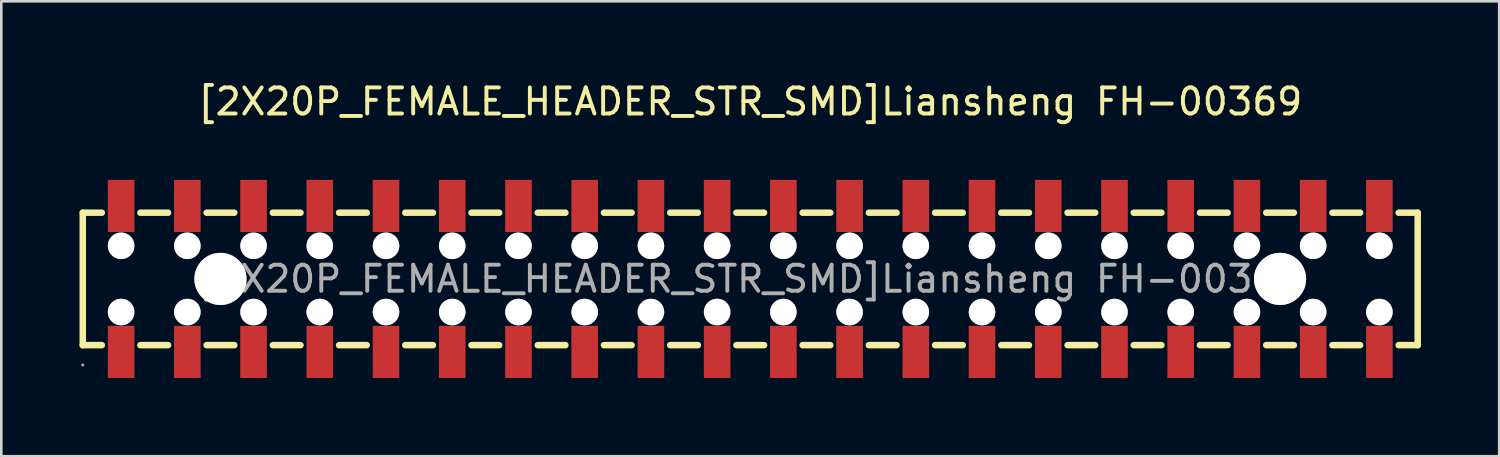
<source format=kicad_pcb>
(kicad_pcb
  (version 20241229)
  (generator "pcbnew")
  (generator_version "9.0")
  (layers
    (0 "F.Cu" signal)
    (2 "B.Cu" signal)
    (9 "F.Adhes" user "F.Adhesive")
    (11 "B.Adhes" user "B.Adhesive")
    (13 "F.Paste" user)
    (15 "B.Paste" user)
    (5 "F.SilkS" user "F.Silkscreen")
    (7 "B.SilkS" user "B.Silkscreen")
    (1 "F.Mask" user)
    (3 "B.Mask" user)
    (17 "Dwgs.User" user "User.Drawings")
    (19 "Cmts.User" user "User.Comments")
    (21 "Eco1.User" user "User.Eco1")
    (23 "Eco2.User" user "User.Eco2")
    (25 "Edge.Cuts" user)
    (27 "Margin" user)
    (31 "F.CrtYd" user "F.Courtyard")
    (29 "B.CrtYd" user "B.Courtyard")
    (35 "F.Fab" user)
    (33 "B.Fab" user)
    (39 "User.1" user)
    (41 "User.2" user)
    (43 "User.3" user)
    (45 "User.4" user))
  (footprint "[2X20P_FEMALE_HEADER_STR_SMD]Liansheng FH-00369"
    (layer "F.Cu")
    (at 25.725 7.648)
    (property "Reference" "[2X20P_FEMALE_HEADER_STR_SMD]Liansheng FH-00369" (at 0 -6.8 0) (layer "F.SilkS") (effects (font (size 1 1) (thickness 0.15))))
    (attr smd)
    (fp_line (start -25.6 -2.54) (end -25.6 2.54) (stroke (width 0.25) (type solid)) (layer "F.SilkS"))
    (fp_line (start -25.6 -2.54) (end -24.87 -2.54) (stroke (width 0.25) (type solid)) (layer "F.SilkS"))
    (fp_line (start -25.6 2.54) (end -24.87 2.54) (stroke (width 0.25) (type solid)) (layer "F.SilkS"))
    (fp_line (start -23.39 -2.54) (end -22.33 -2.54) (stroke (width 0.25) (type solid)) (layer "F.SilkS"))
    (fp_line (start -23.39 2.54) (end -22.33 2.54) (stroke (width 0.25) (type solid)) (layer "F.SilkS"))
    (fp_line (start -20.85 -2.54) (end -19.79 -2.54) (stroke (width 0.25) (type solid)) (layer "F.SilkS"))
    (fp_line (start -20.85 2.54) (end -19.79 2.54) (stroke (width 0.25) (type solid)) (layer "F.SilkS"))
    (fp_line (start -18.31 -2.54) (end -17.25 -2.54) (stroke (width 0.25) (type solid)) (layer "F.SilkS"))
    (fp_line (start -18.31 2.54) (end -17.25 2.54) (stroke (width 0.25) (type solid)) (layer "F.SilkS"))
    (fp_line (start -15.77 -2.54) (end -14.71 -2.54) (stroke (width 0.25) (type solid)) (layer "F.SilkS"))
    (fp_line (start -15.77 2.54) (end -14.71 2.54) (stroke (width 0.25) (type solid)) (layer "F.SilkS"))
    (fp_line (start -13.23 -2.54) (end -12.17 -2.54) (stroke (width 0.25) (type solid)) (layer "F.SilkS"))
    (fp_line (start -13.23 2.54) (end -12.17 2.54) (stroke (width 0.25) (type solid)) (layer "F.SilkS"))
    (fp_line (start -10.69 -2.54) (end -9.63 -2.54) (stroke (width 0.25) (type solid)) (layer "F.SilkS"))
    (fp_line (start -10.69 2.54) (end -9.63 2.54) (stroke (width 0.25) (type solid)) (layer "F.SilkS"))
    (fp_line (start -8.15 -2.54) (end -7.09 -2.54) (stroke (width 0.25) (type solid)) (layer "F.SilkS"))
    (fp_line (start -8.15 2.54) (end -7.09 2.54) (stroke (width 0.25) (type solid)) (layer "F.SilkS"))
    (fp_line (start -5.61 -2.54) (end -4.55 -2.54) (stroke (width 0.25) (type solid)) (layer "F.SilkS"))
    (fp_line (start -5.61 2.54) (end -4.55 2.54) (stroke (width 0.25) (type solid)) (layer "F.SilkS"))
    (fp_line (start -3.07 -2.54) (end -2.01 -2.54) (stroke (width 0.25) (type solid)) (layer "F.SilkS"))
    (fp_line (start -3.07 2.54) (end -2.01 2.54) (stroke (width 0.25) (type solid)) (layer "F.SilkS"))
    (fp_line (start -0.53 -2.54) (end 0.53 -2.54) (stroke (width 0.25) (type solid)) (layer "F.SilkS"))
    (fp_line (start -0.53 2.54) (end 0.53 2.54) (stroke (width 0.25) (type solid)) (layer "F.SilkS"))
    (fp_line (start 2.01 -2.54) (end 3.07 -2.54) (stroke (width 0.25) (type solid)) (layer "F.SilkS"))
    (fp_line (start 2.01 2.54) (end 3.07 2.54) (stroke (width 0.25) (type solid)) (layer "F.SilkS"))
    (fp_line (start 4.55 -2.54) (end 5.61 -2.54) (stroke (width 0.25) (type solid)) (layer "F.SilkS"))
    (fp_line (start 4.55 2.54) (end 5.61 2.54) (stroke (width 0.25) (type solid)) (layer "F.SilkS"))
    (fp_line (start 7.09 -2.54) (end 8.15 -2.54) (stroke (width 0.25) (type solid)) (layer "F.SilkS"))
    (fp_line (start 7.09 2.54) (end 8.15 2.54) (stroke (width 0.25) (type solid)) (layer "F.SilkS"))
    (fp_line (start 9.63 -2.54) (end 10.69 -2.54) (stroke (width 0.25) (type solid)) (layer "F.SilkS"))
    (fp_line (start 9.63 2.54) (end 10.69 2.54) (stroke (width 0.25) (type solid)) (layer "F.SilkS"))
    (fp_line (start 12.17 -2.54) (end 13.23 -2.54) (stroke (width 0.25) (type solid)) (layer "F.SilkS"))
    (fp_line (start 12.17 2.54) (end 13.23 2.54) (stroke (width 0.25) (type solid)) (layer "F.SilkS"))
    (fp_line (start 14.71 -2.54) (end 15.77 -2.54) (stroke (width 0.25) (type solid)) (layer "F.SilkS"))
    (fp_line (start 14.71 2.54) (end 15.77 2.54) (stroke (width 0.25) (type solid)) (layer "F.SilkS"))
    (fp_line (start 17.25 -2.54) (end 18.31 -2.54) (stroke (width 0.25) (type solid)) (layer "F.SilkS"))
    (fp_line (start 17.25 2.54) (end 18.31 2.54) (stroke (width 0.25) (type solid)) (layer "F.SilkS"))
    (fp_line (start 19.79 -2.54) (end 20.85 -2.54) (stroke (width 0.25) (type solid)) (layer "F.SilkS"))
    (fp_line (start 19.79 2.54) (end 20.85 2.54) (stroke (width 0.25) (type solid)) (layer "F.SilkS"))
    (fp_line (start 22.33 -2.54) (end 23.39 -2.54) (stroke (width 0.25) (type solid)) (layer "F.SilkS"))
    (fp_line (start 22.33 2.54) (end 23.39 2.54) (stroke (width 0.25) (type solid)) (layer "F.SilkS"))
    (fp_line (start 24.87 -2.54) (end 25.6 -2.54) (stroke (width 0.25) (type solid)) (layer "F.SilkS"))
    (fp_line (start 24.87 2.54) (end 25.6 2.54) (stroke (width 0.25) (type solid)) (layer "F.SilkS"))
    (fp_line (start 25.6 -2.54) (end 25.6 2.54) (stroke (width 0.25) (type solid)) (layer "F.SilkS"))
    (fp_circle (center -20.32 0) (end -19.92 0) (stroke (width 0.8) (type solid)) (fill no) (layer "Cmts.User"))
    (fp_circle (center 20.32 0) (end 20.72 0) (stroke (width 0.8) (type solid)) (fill no) (layer "Cmts.User"))
    (fp_circle (center -25.6 3.3) (end -25.57 3.3) (stroke (width 0.06) (type solid)) (fill no) (layer "F.Fab"))
    (fp_text user "${REFERENCE}" (at 0 0 0) (layer "F.Fab") (effects (font (size 1 1) (thickness 0.15))))
    (pad "" thru_hole circle (at -24.13 -1.27) (size 1.02 1.02) (drill 1.02) (layers "*.Cu" "*.Mask"))
    (pad "" thru_hole circle (at -24.13 1.27) (size 1.02 1.02) (drill 1.02) (layers "*.Cu" "*.Mask"))
    (pad "" thru_hole circle (at -21.59 -1.27) (size 1.02 1.02) (drill 1.02) (layers "*.Cu" "*.Mask"))
    (pad "" thru_hole circle (at -21.59 1.27) (size 1.02 1.02) (drill 1.02) (layers "*.Cu" "*.Mask"))
    (pad "" thru_hole circle (at -20.32 0) (size 2 2) (drill 2) (layers "*.Cu" "*.Mask"))
    (pad "" thru_hole circle (at -19.05 -1.27) (size 1.02 1.02) (drill 1.02) (layers "*.Cu" "*.Mask"))
    (pad "" thru_hole circle (at -19.05 1.27) (size 1.02 1.02) (drill 1.02) (layers "*.Cu" "*.Mask"))
    (pad "" thru_hole circle (at -16.51 -1.27) (size 1.02 1.02) (drill 1.02) (layers "*.Cu" "*.Mask"))
    (pad "" thru_hole circle (at -16.51 1.27) (size 1.02 1.02) (drill 1.02) (layers "*.Cu" "*.Mask"))
    (pad "" thru_hole circle (at -13.97 -1.27) (size 1.02 1.02) (drill 1.02) (layers "*.Cu" "*.Mask"))
    (pad "" thru_hole circle (at -13.97 1.27) (size 1.02 1.02) (drill 1.02) (layers "*.Cu" "*.Mask"))
    (pad "" thru_hole circle (at -11.43 -1.27) (size 1.02 1.02) (drill 1.02) (layers "*.Cu" "*.Mask"))
    (pad "" thru_hole circle (at -11.43 1.27) (size 1.02 1.02) (drill 1.02) (layers "*.Cu" "*.Mask"))
    (pad "" thru_hole circle (at -8.89 -1.27) (size 1.02 1.02) (drill 1.02) (layers "*.Cu" "*.Mask"))
    (pad "" thru_hole circle (at -8.89 1.27) (size 1.02 1.02) (drill 1.02) (layers "*.Cu" "*.Mask"))
    (pad "" thru_hole circle (at -6.35 -1.27) (size 1.02 1.02) (drill 1.02) (layers "*.Cu" "*.Mask"))
    (pad "" thru_hole circle (at -6.35 1.27) (size 1.02 1.02) (drill 1.02) (layers "*.Cu" "*.Mask"))
    (pad "" thru_hole circle (at -3.81 -1.27) (size 1.02 1.02) (drill 1.02) (layers "*.Cu" "*.Mask"))
    (pad "" thru_hole circle (at -3.81 1.27) (size 1.02 1.02) (drill 1.02) (layers "*.Cu" "*.Mask"))
    (pad "" thru_hole circle (at -1.27 -1.27) (size 1.02 1.02) (drill 1.02) (layers "*.Cu" "*.Mask"))
    (pad "" thru_hole circle (at -1.27 1.27) (size 1.02 1.02) (drill 1.02) (layers "*.Cu" "*.Mask"))
    (pad "" thru_hole circle (at 1.27 -1.27) (size 1.02 1.02) (drill 1.02) (layers "*.Cu" "*.Mask"))
    (pad "" thru_hole circle (at 1.27 1.27) (size 1.02 1.02) (drill 1.02) (layers "*.Cu" "*.Mask"))
    (pad "" thru_hole circle (at 3.81 -1.27) (size 1.02 1.02) (drill 1.02) (layers "*.Cu" "*.Mask"))
    (pad "" thru_hole circle (at 3.81 1.27) (size 1.02 1.02) (drill 1.02) (layers "*.Cu" "*.Mask"))
    (pad "" thru_hole circle (at 6.35 -1.27) (size 1.02 1.02) (drill 1.02) (layers "*.Cu" "*.Mask"))
    (pad "" thru_hole circle (at 6.35 1.27) (size 1.02 1.02) (drill 1.02) (layers "*.Cu" "*.Mask"))
    (pad "" thru_hole circle (at 8.89 -1.27) (size 1.02 1.02) (drill 1.02) (layers "*.Cu" "*.Mask"))
    (pad "" thru_hole circle (at 8.89 1.27) (size 1.02 1.02) (drill 1.02) (layers "*.Cu" "*.Mask"))
    (pad "" thru_hole circle (at 11.43 -1.27) (size 1.02 1.02) (drill 1.02) (layers "*.Cu" "*.Mask"))
    (pad "" thru_hole circle (at 11.43 1.27) (size 1.02 1.02) (drill 1.02) (layers "*.Cu" "*.Mask"))
    (pad "" thru_hole circle (at 13.97 -1.27) (size 1.02 1.02) (drill 1.02) (layers "*.Cu" "*.Mask"))
    (pad "" thru_hole circle (at 13.97 1.27) (size 1.02 1.02) (drill 1.02) (layers "*.Cu" "*.Mask"))
    (pad "" thru_hole circle (at 16.51 -1.27) (size 1.02 1.02) (drill 1.02) (layers "*.Cu" "*.Mask"))
    (pad "" thru_hole circle (at 16.51 1.27) (size 1.02 1.02) (drill 1.02) (layers "*.Cu" "*.Mask"))
    (pad "" thru_hole circle (at 19.05 -1.27) (size 1.02 1.02) (drill 1.02) (layers "*.Cu" "*.Mask"))
    (pad "" thru_hole circle (at 19.05 1.27) (size 1.02 1.02) (drill 1.02) (layers "*.Cu" "*.Mask"))
    (pad "" thru_hole circle (at 20.32 0) (size 2 2) (drill 2) (layers "*.Cu" "*.Mask"))
    (pad "" thru_hole circle (at 21.59 -1.27) (size 1.02 1.02) (drill 1.02) (layers "*.Cu" "*.Mask"))
    (pad "" thru_hole circle (at 21.59 1.27) (size 1.02 1.02) (drill 1.02) (layers "*.Cu" "*.Mask"))
    (pad "" thru_hole circle (at 24.13 -1.27) (size 1.02 1.02) (drill 1.02) (layers "*.Cu" "*.Mask"))
    (pad "" thru_hole circle (at 24.13 1.27) (size 1.02 1.02) (drill 1.02) (layers "*.Cu" "*.Mask"))
    (pad "1" smd rect (at -24.13 2.8) (size 1.02 2) (layers "F.Cu" "F.Mask" "F.Paste"))
    (pad "2" smd rect (at -24.13 -2.8) (size 1.02 2) (layers "F.Cu" "F.Mask" "F.Paste"))
    (pad "3" smd rect (at -21.59 2.8) (size 1.02 2) (layers "F.Cu" "F.Mask" "F.Paste"))
    (pad "4" smd rect (at -21.59 -2.8) (size 1.02 2) (layers "F.Cu" "F.Mask" "F.Paste"))
    (pad "5" smd rect (at -19.05 2.8 180) (size 1.02 2) (layers "F.Cu" "F.Mask" "F.Paste"))
    (pad "6" smd rect (at -19.05 -2.8 180) (size 1.02 2) (layers "F.Cu" "F.Mask" "F.Paste"))
    (pad "7" smd rect (at -16.51 2.8 180) (size 1.02 2) (layers "F.Cu" "F.Mask" "F.Paste"))
    (pad "8" smd rect (at -16.51 -2.8 180) (size 1.02 2) (layers "F.Cu" "F.Mask" "F.Paste"))
    (pad "9" smd rect (at -13.97 2.8 180) (size 1.02 2) (layers "F.Cu" "F.Mask" "F.Paste"))
    (pad "10" smd rect (at -13.97 -2.8 180) (size 1.02 2) (layers "F.Cu" "F.Mask" "F.Paste"))
    (pad "11" smd rect (at -11.43 2.8 180) (size 1.02 2) (layers "F.Cu" "F.Mask" "F.Paste"))
    (pad "12" smd rect (at -11.43 -2.8 180) (size 1.02 2) (layers "F.Cu" "F.Mask" "F.Paste"))
    (pad "13" smd rect (at -8.89 2.8 180) (size 1.02 2) (layers "F.Cu" "F.Mask" "F.Paste"))
    (pad "14" smd rect (at -8.89 -2.8 180) (size 1.02 2) (layers "F.Cu" "F.Mask" "F.Paste"))
    (pad "15" smd rect (at -6.35 2.8 180) (size 1.02 2) (layers "F.Cu" "F.Mask" "F.Paste"))
    (pad "16" smd rect (at -6.35 -2.8 180) (size 1.02 2) (layers "F.Cu" "F.Mask" "F.Paste"))
    (pad "17" smd rect (at -3.81 2.8 180) (size 1.02 2) (layers "F.Cu" "F.Mask" "F.Paste"))
    (pad "18" smd rect (at -3.81 -2.8 180) (size 1.02 2) (layers "F.Cu" "F.Mask" "F.Paste"))
    (pad "19" smd rect (at -1.27 2.8 180) (size 1.02 2) (layers "F.Cu" "F.Mask" "F.Paste"))
    (pad "20" smd rect (at -1.27 -2.8 180) (size 1.02 2) (layers "F.Cu" "F.Mask" "F.Paste"))
    (pad "21" smd rect (at 1.27 2.8 180) (size 1.02 2) (layers "F.Cu" "F.Mask" "F.Paste"))
    (pad "22" smd rect (at 1.27 -2.8 180) (size 1.02 2) (layers "F.Cu" "F.Mask" "F.Paste"))
    (pad "23" smd rect (at 3.81 2.8 180) (size 1.02 2) (layers "F.Cu" "F.Mask" "F.Paste"))
    (pad "24" smd rect (at 3.81 -2.8 180) (size 1.02 2) (layers "F.Cu" "F.Mask" "F.Paste"))
    (pad "25" smd rect (at 6.35 2.8 180) (size 1.02 2) (layers "F.Cu" "F.Mask" "F.Paste"))
    (pad "26" smd rect (at 6.35 -2.8 180) (size 1.02 2) (layers "F.Cu" "F.Mask" "F.Paste"))
    (pad "27" smd rect (at 8.89 2.8 180) (size 1.02 2) (layers "F.Cu" "F.Mask" "F.Paste"))
    (pad "28" smd rect (at 8.89 -2.8 180) (size 1.02 2) (layers "F.Cu" "F.Mask" "F.Paste"))
    (pad "29" smd rect (at 11.43 2.8 180) (size 1.02 2) (layers "F.Cu" "F.Mask" "F.Paste"))
    (pad "30" smd rect (at 11.43 -2.8 180) (size 1.02 2) (layers "F.Cu" "F.Mask" "F.Paste"))
    (pad "31" smd rect (at 13.97 2.8 180) (size 1.02 2) (layers "F.Cu" "F.Mask" "F.Paste"))
    (pad "32" smd rect (at 13.97 -2.8 180) (size 1.02 2) (layers "F.Cu" "F.Mask" "F.Paste"))
    (pad "33" smd rect (at 16.51 2.8 180) (size 1.02 2) (layers "F.Cu" "F.Mask" "F.Paste"))
    (pad "34" smd rect (at 16.51 -2.8 180) (size 1.02 2) (layers "F.Cu" "F.Mask" "F.Paste"))
    (pad "35" smd rect (at 19.05 2.8 180) (size 1.02 2) (layers "F.Cu" "F.Mask" "F.Paste"))
    (pad "36" smd rect (at 19.05 -2.8 180) (size 1.02 2) (layers "F.Cu" "F.Mask" "F.Paste"))
    (pad "37" smd rect (at 21.59 2.8 180) (size 1.02 2) (layers "F.Cu" "F.Mask" "F.Paste"))
    (pad "38" smd rect (at 21.59 -2.8 180) (size 1.02 2) (layers "F.Cu" "F.Mask" "F.Paste"))
    (pad "39" smd rect (at 24.13 2.8 180) (size 1.02 2) (layers "F.Cu" "F.Mask" "F.Paste"))
    (pad "40" smd rect (at 24.13 -2.8 180) (size 1.02 2) (layers "F.Cu" "F.Mask" "F.Paste")))
  (gr_rect
    (start -3 -3)
    (end 54.45 14.448)
    (stroke (width 0.1) (type default))
    (fill no)
    (layer "Edge.Cuts")))
</source>
